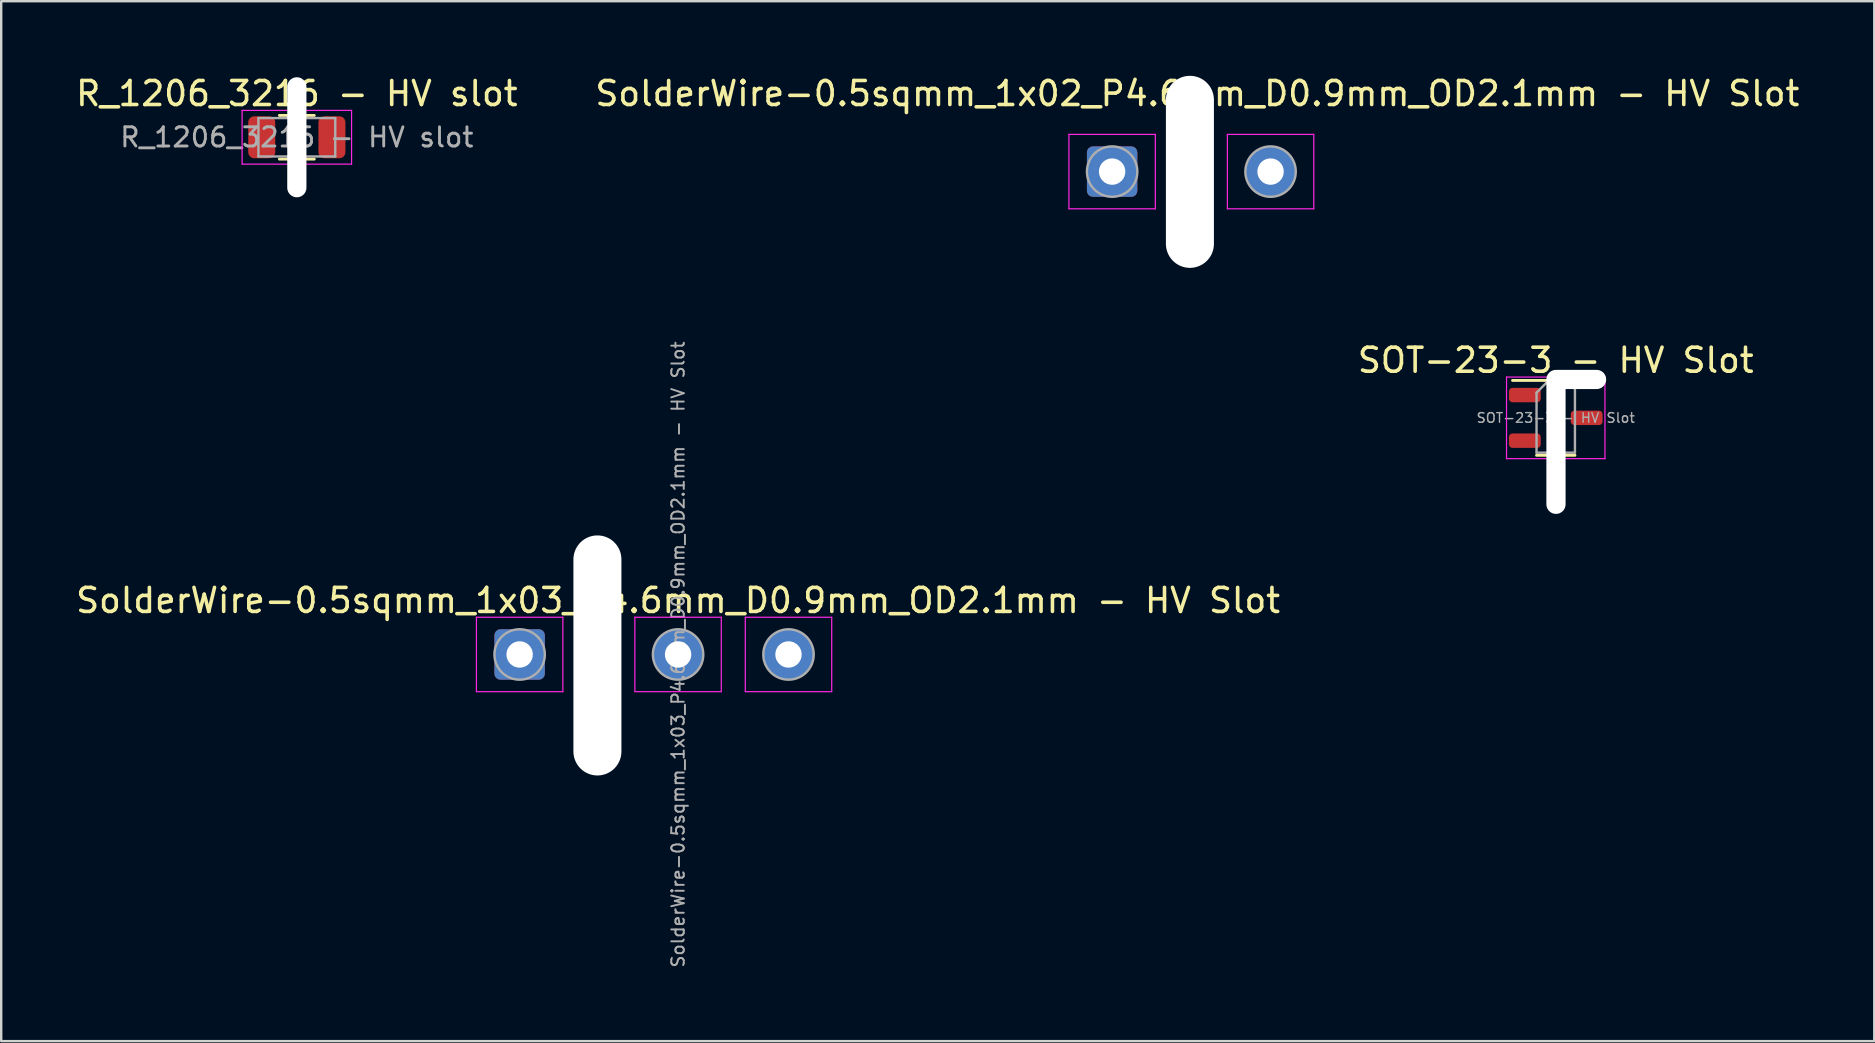
<source format=kicad_pcb>
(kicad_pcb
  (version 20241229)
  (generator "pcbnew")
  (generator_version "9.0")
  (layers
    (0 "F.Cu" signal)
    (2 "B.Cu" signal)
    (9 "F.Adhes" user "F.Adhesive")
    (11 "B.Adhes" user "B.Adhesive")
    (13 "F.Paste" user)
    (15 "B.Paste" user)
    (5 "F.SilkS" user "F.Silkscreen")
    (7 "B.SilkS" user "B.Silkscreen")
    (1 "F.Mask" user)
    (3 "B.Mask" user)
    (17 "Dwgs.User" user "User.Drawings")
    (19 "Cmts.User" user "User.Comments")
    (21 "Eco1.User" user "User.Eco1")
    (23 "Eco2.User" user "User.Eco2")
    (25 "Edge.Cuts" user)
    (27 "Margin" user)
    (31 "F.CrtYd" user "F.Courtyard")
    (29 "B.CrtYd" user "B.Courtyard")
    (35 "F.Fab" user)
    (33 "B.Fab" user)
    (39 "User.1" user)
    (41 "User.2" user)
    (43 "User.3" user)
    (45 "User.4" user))
  (footprint "SolderWire-0.5sqmm_1x02_P4.6mm_D0.9mm_OD2.1mm - HV Slot"
    (layer "F.Cu")
    (at 43.277 4.098)
    (property "Reference" "SolderWire-0.5sqmm_1x02_P4.6mm_D0.9mm_OD2.1mm - HV Slot" (at 3.55 -3.25 0) (layer "F.SilkS") (effects (font (size 1 1) (thickness 0.15))))
    (attr exclude_from_pos_files exclude_from_bom)
    (fp_line (start -1.8 -1.55) (end -1.8 1.55) (stroke (width 0.05) (type solid)) (layer "F.CrtYd"))
    (fp_line (start -1.8 1.55) (end 1.8 1.55) (stroke (width 0.05) (type solid)) (layer "F.CrtYd"))
    (fp_line (start 1.8 -1.55) (end -1.8 -1.55) (stroke (width 0.05) (type solid)) (layer "F.CrtYd"))
    (fp_line (start 1.8 1.55) (end 1.8 -1.55) (stroke (width 0.05) (type solid)) (layer "F.CrtYd"))
    (fp_line (start 4.8 -1.55) (end 4.8 1.55) (stroke (width 0.05) (type solid)) (layer "F.CrtYd"))
    (fp_line (start 4.8 1.55) (end 8.4 1.55) (stroke (width 0.05) (type solid)) (layer "F.CrtYd"))
    (fp_line (start 8.4 -1.55) (end 4.8 -1.55) (stroke (width 0.05) (type solid)) (layer "F.CrtYd"))
    (fp_line (start 8.4 1.55) (end 8.4 -1.55) (stroke (width 0.05) (type solid)) (layer "F.CrtYd"))
    (fp_circle (center 0 0) (end 1.05 0) (stroke (width 0.1) (type solid)) (fill no) (layer "F.Fab"))
    (fp_circle (center 6.6 0) (end 7.65 0) (stroke (width 0.1) (type solid)) (fill no) (layer "F.Fab"))
    (pad "" np_thru_hole oval (at 3.24 0.01) (size 2 8) (drill oval 2 8) (layers "*.Cu" "*.Mask"))
    (pad "1" thru_hole roundrect (at 0 0) (size 2.1 2.1) (drill 1.1) (layers "*.Cu" "*.Mask") (roundrect_rratio 0.119))
    (pad "2" thru_hole circle (at 6.6 0) (size 2.1 2.1) (drill 1.1) (layers "*.Cu" "*.Mask")))
  (footprint "SOT-23-3 - HV Slot"
    (layer "F.Cu")
    (at 61.756 14.357)
    (property "Reference" "SOT-23-3 - HV Slot" (at 0 -2.4 0) (layer "F.SilkS") (effects (font (size 1 1) (thickness 0.15))))
    (attr smd)
    (fp_line (start 0 -1.56) (end -1.8 -1.56) (stroke (width 0.12) (type solid)) (layer "F.SilkS"))
    (fp_line (start 0 -1.56) (end 0.8 -1.56) (stroke (width 0.12) (type solid)) (layer "F.SilkS"))
    (fp_line (start 0 1.56) (end -0.8 1.56) (stroke (width 0.12) (type solid)) (layer "F.SilkS"))
    (fp_line (start 0 1.56) (end 0.8 1.56) (stroke (width 0.12) (type solid)) (layer "F.SilkS"))
    (fp_line (start -2.05 -1.7) (end -2.05 1.7) (stroke (width 0.05) (type solid)) (layer "F.CrtYd"))
    (fp_line (start -2.05 1.7) (end 2.05 1.7) (stroke (width 0.05) (type solid)) (layer "F.CrtYd"))
    (fp_line (start 2.05 -1.7) (end -2.05 -1.7) (stroke (width 0.05) (type solid)) (layer "F.CrtYd"))
    (fp_line (start 2.05 1.7) (end 2.05 -1.7) (stroke (width 0.05) (type solid)) (layer "F.CrtYd"))
    (fp_line (start -0.8 -1.05) (end -0.4 -1.45) (stroke (width 0.1) (type solid)) (layer "F.Fab"))
    (fp_line (start -0.8 1.45) (end -0.8 -1.05) (stroke (width 0.1) (type solid)) (layer "F.Fab"))
    (fp_line (start -0.4 -1.45) (end 0.8 -1.45) (stroke (width 0.1) (type solid)) (layer "F.Fab"))
    (fp_line (start 0.8 -1.45) (end 0.8 1.45) (stroke (width 0.1) (type solid)) (layer "F.Fab"))
    (fp_line (start 0.8 1.45) (end -0.8 1.45) (stroke (width 0.1) (type solid)) (layer "F.Fab"))
    (fp_text user "${REFERENCE}" (at 0 0 0) (layer "F.Fab") (effects (font (size 0.4 0.4) (thickness 0.06))))
    (pad "" np_thru_hole oval (at 0.01 1) (size 0.8 6) (drill oval 0.8 6) (layers "*.Cu" "*.Mask"))
    (pad "" np_thru_hole oval (at 0.9 -1.6 270) (size 0.8 2.4) (drill oval 0.8 2.4) (layers "*.Cu" "*.Mask"))
    (pad "1" smd roundrect (at -1.288 -0.95) (size 1.325 0.6) (layers "F.Cu" "F.Mask" "F.Paste") (roundrect_rratio 0.25))
    (pad "2" smd roundrect (at -1.288 0.95) (size 1.325 0.6) (layers "F.Cu" "F.Mask" "F.Paste") (roundrect_rratio 0.25))
    (pad "3" smd roundrect (at 1.288 0) (size 1.325 0.6) (layers "F.Cu" "F.Mask" "F.Paste") (roundrect_rratio 0.25)))
  (footprint "SolderWire-0.5sqmm_1x03_P4.6mm_D0.9mm_OD2.1mm - HV Slot"
    (layer "F.Cu")
    (at 20.596 24.213)
    (property "Reference" "SolderWire-0.5sqmm_1x03_P4.6mm_D0.9mm_OD2.1mm - HV Slot" (at 4.6 -2.25 0) (layer "F.SilkS") (effects (font (size 1 1) (thickness 0.15))))
    (attr exclude_from_pos_files exclude_from_bom)
    (fp_line (start -3.8 -1.55) (end -3.8 1.55) (stroke (width 0.05) (type solid)) (layer "F.CrtYd"))
    (fp_line (start -3.8 1.55) (end -0.2 1.55) (stroke (width 0.05) (type solid)) (layer "F.CrtYd"))
    (fp_line (start -0.2 -1.55) (end -3.8 -1.55) (stroke (width 0.05) (type solid)) (layer "F.CrtYd"))
    (fp_line (start -0.2 1.55) (end -0.2 -1.55) (stroke (width 0.05) (type solid)) (layer "F.CrtYd"))
    (fp_line (start 2.8 -1.55) (end 2.8 1.55) (stroke (width 0.05) (type solid)) (layer "F.CrtYd"))
    (fp_line (start 2.8 1.55) (end 6.4 1.55) (stroke (width 0.05) (type solid)) (layer "F.CrtYd"))
    (fp_line (start 6.4 -1.55) (end 2.8 -1.55) (stroke (width 0.05) (type solid)) (layer "F.CrtYd"))
    (fp_line (start 6.4 1.55) (end 6.4 -1.55) (stroke (width 0.05) (type solid)) (layer "F.CrtYd"))
    (fp_line (start 7.4 -1.55) (end 7.4 1.55) (stroke (width 0.05) (type solid)) (layer "F.CrtYd"))
    (fp_line (start 7.4 1.55) (end 11 1.55) (stroke (width 0.05) (type solid)) (layer "F.CrtYd"))
    (fp_line (start 11 -1.55) (end 7.4 -1.55) (stroke (width 0.05) (type solid)) (layer "F.CrtYd"))
    (fp_line (start 11 1.55) (end 11 -1.55) (stroke (width 0.05) (type solid)) (layer "F.CrtYd"))
    (fp_circle (center -2 0) (end -0.95 0) (stroke (width 0.1) (type solid)) (fill no) (layer "F.Fab"))
    (fp_circle (center 4.6 0) (end 5.65 0) (stroke (width 0.1) (type solid)) (fill no) (layer "F.Fab"))
    (fp_circle (center 9.2 0) (end 10.25 0) (stroke (width 0.1) (type solid)) (fill no) (layer "F.Fab"))
    (fp_text user "${REFERENCE}" (at 4.6 0 90) (layer "F.Fab") (effects (font (size 0.52 0.52) (thickness 0.08))))
    (pad "" np_thru_hole oval (at 1.24 0.04) (size 2 10) (drill oval 2 10) (layers "*.Cu" "*.Mask"))
    (pad "1" thru_hole roundrect (at -2 0) (size 2.1 2.1) (drill 1.1) (layers "*.Cu" "*.Mask") (roundrect_rratio 0.119))
    (pad "2" thru_hole circle (at 4.6 0) (size 2.1 2.1) (drill 1.1) (layers "*.Cu" "*.Mask"))
    (pad "3" thru_hole circle (at 9.2 0) (size 2.1 2.1) (drill 1.1) (layers "*.Cu" "*.Mask")))
  (footprint "R_1206_3216 - HV slot"
    (layer "F.Cu")
    (at 9.315 2.668)
    (property "Reference" "R_1206_3216 - HV slot" (at 0 -1.82 0) (layer "F.SilkS") (effects (font (size 1 1) (thickness 0.15))))
    (attr smd)
    (fp_line (start -0.727 -0.91) (end 0.727 -0.91) (stroke (width 0.12) (type solid)) (layer "F.SilkS"))
    (fp_line (start -0.727 0.91) (end 0.727 0.91) (stroke (width 0.12) (type solid)) (layer "F.SilkS"))
    (fp_line (start -2.28 -1.12) (end 2.28 -1.12) (stroke (width 0.05) (type solid)) (layer "F.CrtYd"))
    (fp_line (start -2.28 1.12) (end -2.28 -1.12) (stroke (width 0.05) (type solid)) (layer "F.CrtYd"))
    (fp_line (start 2.28 -1.12) (end 2.28 1.12) (stroke (width 0.05) (type solid)) (layer "F.CrtYd"))
    (fp_line (start 2.28 1.12) (end -2.28 1.12) (stroke (width 0.05) (type solid)) (layer "F.CrtYd"))
    (fp_line (start -1.6 -0.8) (end 1.6 -0.8) (stroke (width 0.1) (type solid)) (layer "F.Fab"))
    (fp_line (start -1.6 0.8) (end -1.6 -0.8) (stroke (width 0.1) (type solid)) (layer "F.Fab"))
    (fp_line (start 1.6 -0.8) (end 1.6 0.8) (stroke (width 0.1) (type solid)) (layer "F.Fab"))
    (fp_line (start 1.6 0.8) (end -1.6 0.8) (stroke (width 0.1) (type solid)) (layer "F.Fab"))
    (fp_text user "${REFERENCE}" (at 0 0 0) (layer "F.Fab") (effects (font (size 0.8 0.8) (thickness 0.12))))
    (pad "" np_thru_hole oval (at 0 0) (size 0.8 5) (drill oval 0.8 5) (layers "*.Cu" "*.Mask"))
    (pad "1" smd roundrect (at -1.462 0) (size 1.125 1.75) (layers "F.Cu" "F.Mask" "F.Paste") (roundrect_rratio 0.222))
    (pad "2" smd roundrect (at 1.462 0) (size 1.125 1.75) (layers "F.Cu" "F.Mask" "F.Paste") (roundrect_rratio 0.222)))
  (gr_rect
    (start -3 -3)
    (end 75.024 40.319)
    (stroke (width 0.1) (type default))
    (fill no)
    (layer "Edge.Cuts")))
</source>
